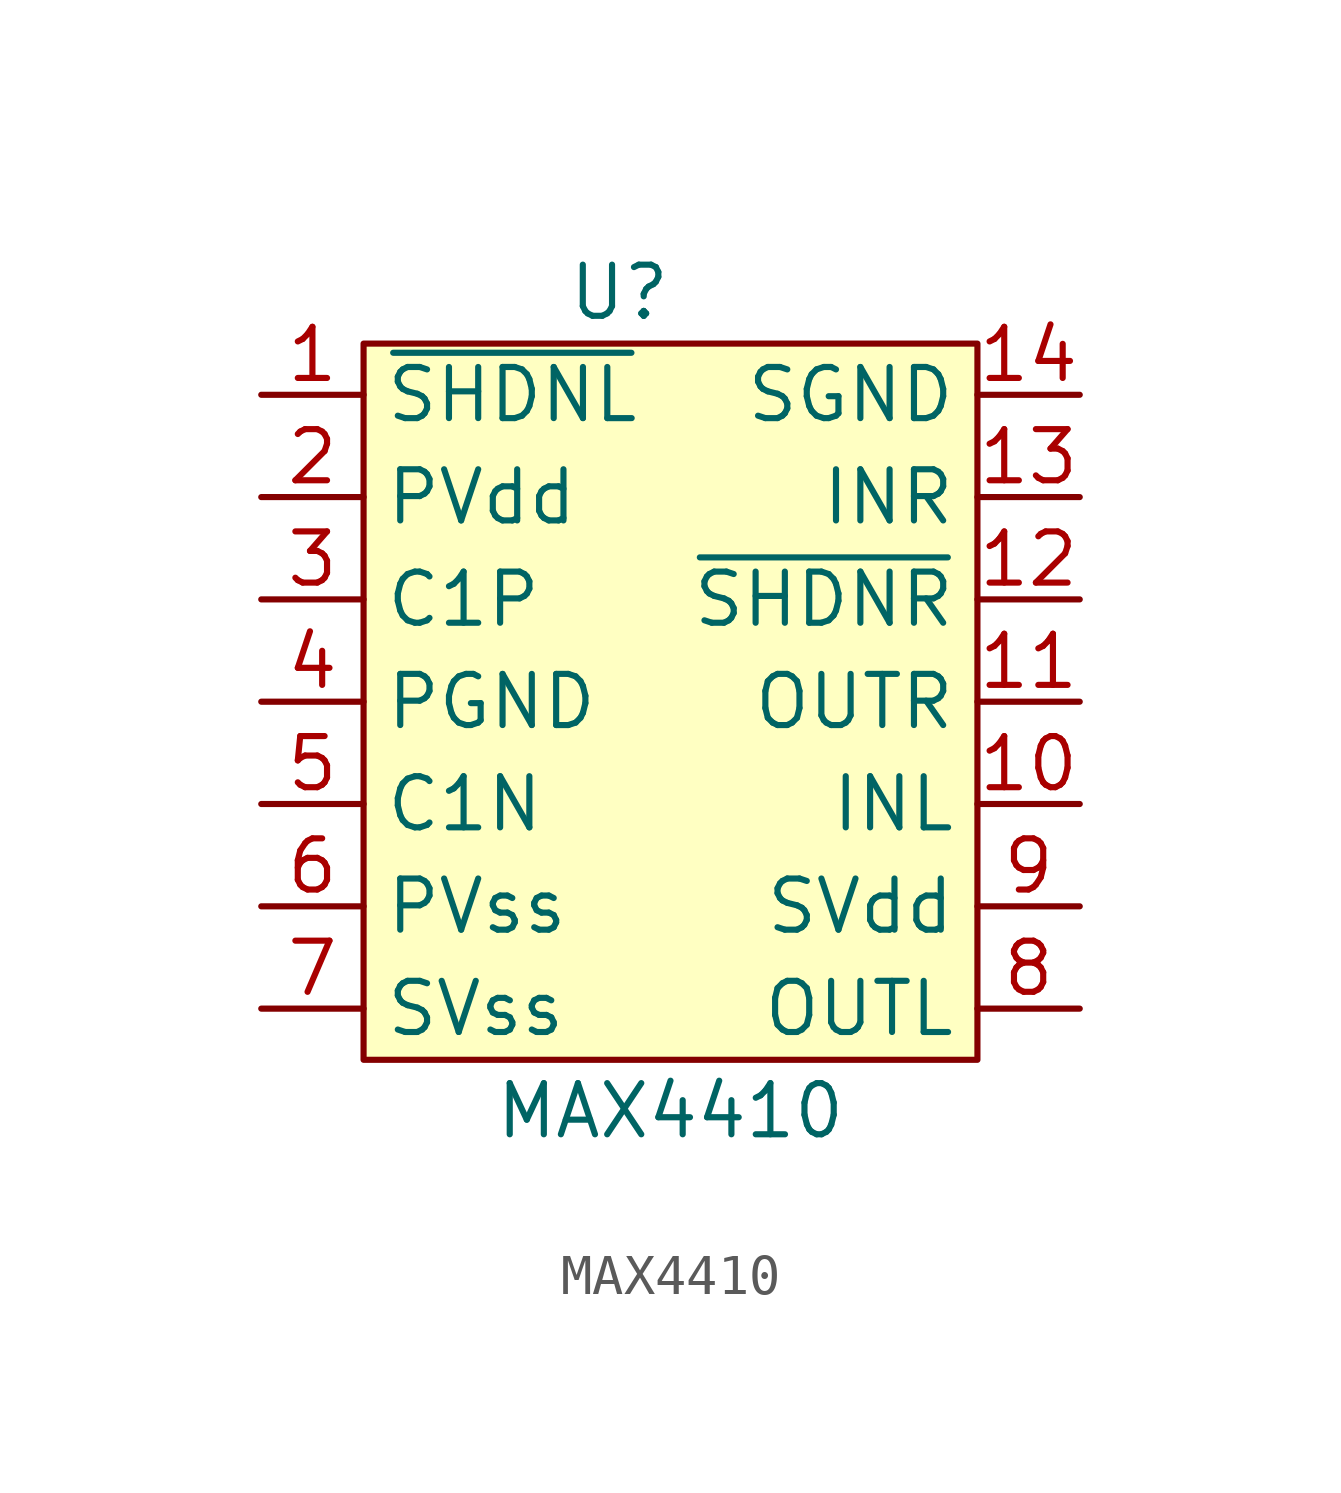
<source format=kicad_sym>
(kicad_symbol_lib
  (version 20211014)
  (generator kicad_symbol_editor)
  (symbol "MAX4410"
    (property "Reference" "U"
      (at -1.27 10.16 0)
      (effects (font (size 1.27 1.27))))
    (property "Value" "MAX4410"
      (at 0 -10.16 0)
      (effects (font (size 1.27 1.27))))
    (symbol "MAX4410_0_1"
      (rectangle (start 7.62 -8.89) (end -7.62 8.89) (stroke (width 0) (type default) (color 0 0 0 0)) (fill (type background))))
    (symbol "MAX4410_1_1"
      (pin input line (at -10.16 7.62 0) (length 2.54) (name "~{SHDNL}" (effects (font (size 1.27 1.27)))) (number "1" (effects (font (size 1.27 1.27)))))
      (pin input line (at 10.16 -2.54 180) (length 2.54) (name "INL" (effects (font (size 1.27 1.27)))) (number "10" (effects (font (size 1.27 1.27)))))
      (pin output line (at 10.16 0 180) (length 2.54) (name "OUTR" (effects (font (size 1.27 1.27)))) (number "11" (effects (font (size 1.27 1.27)))))
      (pin input line (at 10.16 2.54 180) (length 2.54) (name "~{SHDNR}" (effects (font (size 1.27 1.27)))) (number "12" (effects (font (size 1.27 1.27)))))
      (pin input line (at 10.16 5.08 180) (length 2.54) (name "INR" (effects (font (size 1.27 1.27)))) (number "13" (effects (font (size 1.27 1.27)))))
      (pin power_in line (at 10.16 7.62 180) (length 2.54) (name "SGND" (effects (font (size 1.27 1.27)))) (number "14" (effects (font (size 1.27 1.27)))))
      (pin power_in line (at -10.16 5.08 0) (length 2.54) (name "PVdd" (effects (font (size 1.27 1.27)))) (number "2" (effects (font (size 1.27 1.27)))))
      (pin power_in line (at -10.16 2.54 0) (length 2.54) (name "C1P" (effects (font (size 1.27 1.27)))) (number "3" (effects (font (size 1.27 1.27)))))
      (pin power_in line (at -10.16 0 0) (length 2.54) (name "PGND" (effects (font (size 1.27 1.27)))) (number "4" (effects (font (size 1.27 1.27)))))
      (pin power_in line (at -10.16 -2.54 0) (length 2.54) (name "C1N" (effects (font (size 1.27 1.27)))) (number "5" (effects (font (size 1.27 1.27)))))
      (pin power_in line (at -10.16 -5.08 0) (length 2.54) (name "PVss" (effects (font (size 1.27 1.27)))) (number "6" (effects (font (size 1.27 1.27)))))
      (pin power_in line (at -10.16 -7.62 0) (length 2.54) (name "SVss" (effects (font (size 1.27 1.27)))) (number "7" (effects (font (size 1.27 1.27)))))
      (pin output line (at 10.16 -7.62 180) (length 2.54) (name "OUTL" (effects (font (size 1.27 1.27)))) (number "8" (effects (font (size 1.27 1.27)))))
      (pin power_in line (at 10.16 -5.08 180) (length 2.54) (name "SVdd" (effects (font (size 1.27 1.27)))) (number "9" (effects (font (size 1.27 1.27))))))))
</source>
